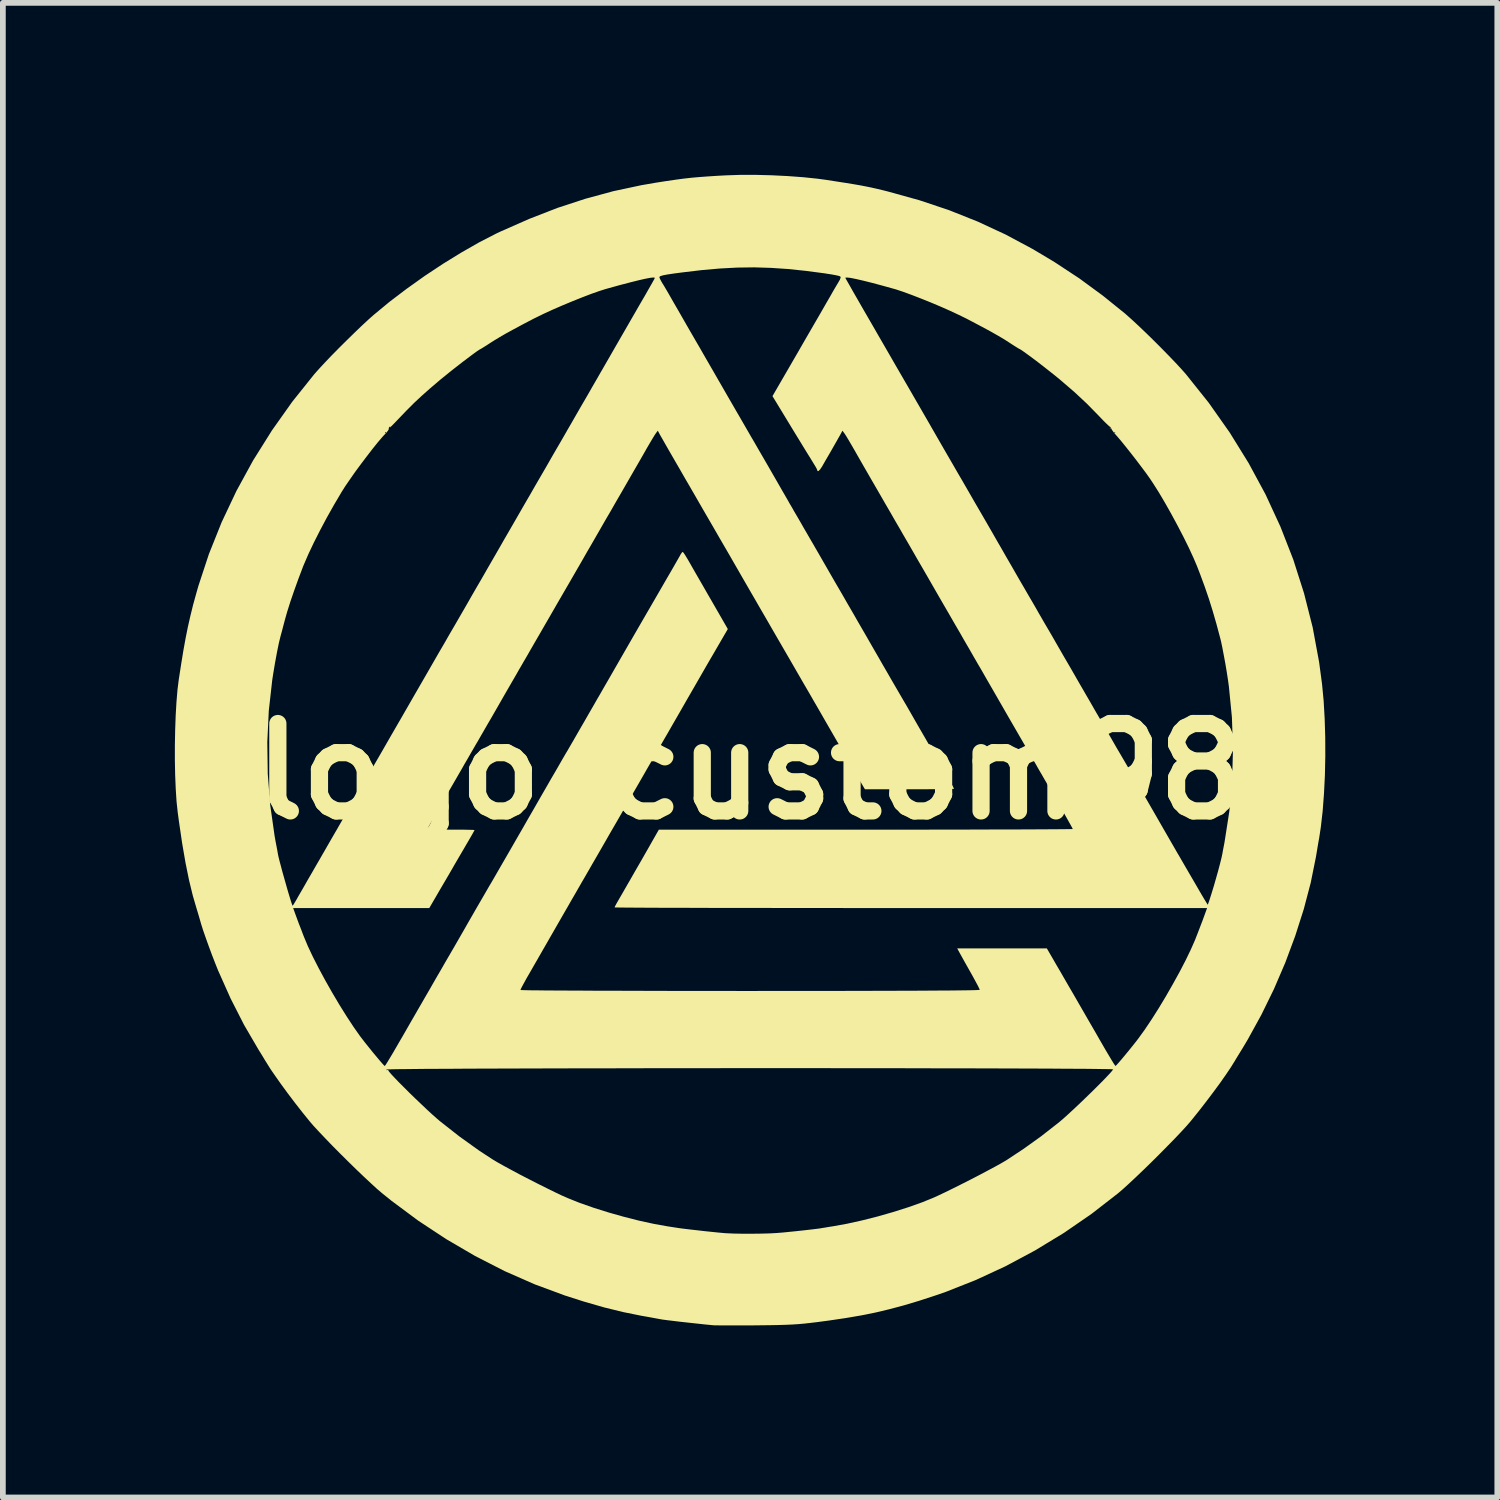
<source format=kicad_pcb>
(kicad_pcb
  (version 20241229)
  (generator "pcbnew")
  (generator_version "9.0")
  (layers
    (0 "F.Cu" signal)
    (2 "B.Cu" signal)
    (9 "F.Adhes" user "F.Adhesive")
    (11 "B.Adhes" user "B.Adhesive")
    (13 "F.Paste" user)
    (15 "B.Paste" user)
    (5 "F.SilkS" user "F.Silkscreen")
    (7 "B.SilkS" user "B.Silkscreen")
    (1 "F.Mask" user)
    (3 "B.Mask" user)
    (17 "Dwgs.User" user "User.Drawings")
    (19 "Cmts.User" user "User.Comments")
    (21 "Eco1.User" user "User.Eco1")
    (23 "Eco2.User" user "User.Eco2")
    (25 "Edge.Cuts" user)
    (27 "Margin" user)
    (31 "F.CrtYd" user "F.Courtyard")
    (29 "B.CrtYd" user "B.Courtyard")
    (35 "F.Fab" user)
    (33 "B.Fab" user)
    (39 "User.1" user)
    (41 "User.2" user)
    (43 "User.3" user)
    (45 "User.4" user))
  (footprint "logo_custom98"
    (layer "F.Cu")
    (at 10.033 10.404)
    (property "Reference" "logo_custom98" (at 0 0 0) (layer "F.SilkS") (effects (font (size 1.524 1.524) (thickness 0.3))))
    (attr board_only exclude_from_pos_files exclude_from_bom)
    (fp_poly (pts (xy 6.291 -5.989) (xy 6.282 -5.979) (xy 6.272 -5.989) (xy 6.282 -5.998)) (stroke (width 0) (type solid)) (fill yes) (layer "F.SilkS"))
    (fp_poly (pts (xy 0.376 -10.397) (xy 0.657 -10.383) (xy 0.927 -10.363) (xy 1.177 -10.337) (xy 1.319 -10.318) (xy 1.511 -10.288) (xy 1.672 -10.263) (xy 1.807 -10.241) (xy 1.922 -10.221) (xy 2.026 -10.201) (xy 2.123 -10.181) (xy 2.22 -10.159) (xy 2.324 -10.134) (xy 2.403 -10.114) (xy 2.951 -9.962) (xy 3.471 -9.788) (xy 3.97 -9.589) (xy 4.455 -9.364) (xy 4.933 -9.108) (xy 5.314 -8.88) (xy 5.741 -8.599) (xy 6.154 -8.296) (xy 6.543 -7.982) (xy 6.565 -7.962) (xy 6.662 -7.876) (xy 6.777 -7.769) (xy 6.905 -7.647) (xy 7.039 -7.516) (xy 7.174 -7.381) (xy 7.303 -7.249) (xy 7.421 -7.126) (xy 7.522 -7.017) (xy 7.6 -6.929) (xy 7.999 -6.429) (xy 8.364 -5.911) (xy 8.694 -5.378) (xy 8.99 -4.83) (xy 9.25 -4.267) (xy 9.474 -3.693) (xy 9.661 -3.107) (xy 9.812 -2.511) (xy 9.924 -1.906) (xy 9.975 -1.524) (xy 10.003 -1.232) (xy 10.021 -0.919) (xy 10.031 -0.593) (xy 10.032 -0.261) (xy 10.025 0.069) (xy 10.009 0.389) (xy 9.986 0.692) (xy 9.954 0.971) (xy 9.925 1.163) (xy 9.912 1.233) (xy 9.896 1.327) (xy 9.879 1.43) (xy 9.868 1.495) (xy 9.778 1.941) (xy 9.657 2.401) (xy 9.508 2.868) (xy 9.334 3.336) (xy 9.136 3.797) (xy 8.917 4.245) (xy 8.681 4.674) (xy 8.599 4.812) (xy 8.548 4.895) (xy 8.503 4.968) (xy 8.469 5.024) (xy 8.451 5.055) (xy 8.45 5.056) (xy 8.385 5.161) (xy 8.298 5.29) (xy 8.195 5.437) (xy 8.078 5.596) (xy 7.954 5.76) (xy 7.826 5.925) (xy 7.698 6.084) (xy 7.68 6.106) (xy 7.609 6.188) (xy 7.513 6.292) (xy 7.399 6.412) (xy 7.271 6.543) (xy 7.135 6.681) (xy 6.994 6.821) (xy 6.854 6.957) (xy 6.721 7.084) (xy 6.599 7.198) (xy 6.493 7.294) (xy 6.418 7.358) (xy 5.957 7.716) (xy 5.474 8.049) (xy 4.972 8.354) (xy 4.457 8.63) (xy 3.934 8.872) (xy 3.408 9.08) (xy 3.234 9.14) (xy 2.949 9.233) (xy 2.686 9.312) (xy 2.435 9.379) (xy 2.188 9.438) (xy 1.935 9.489) (xy 1.666 9.535) (xy 1.374 9.578) (xy 1.172 9.605) (xy 1.055 9.619) (xy 0.948 9.631) (xy 0.847 9.64) (xy 0.743 9.647) (xy 0.63 9.652) (xy 0.501 9.656) (xy 0.35 9.659) (xy 0.168 9.661) (xy 0.098 9.662) (xy -0.064 9.663) (xy -0.217 9.663) (xy -0.355 9.663) (xy -0.474 9.663) (xy -0.567 9.662) (xy -0.63 9.661) (xy -0.655 9.659) (xy -0.798 9.645) (xy -0.946 9.629) (xy -1.092 9.613) (xy -1.229 9.598) (xy -1.351 9.583) (xy -1.453 9.571) (xy -1.527 9.561) (xy -1.563 9.555) (xy -1.617 9.545) (xy -1.698 9.53) (xy -1.796 9.512) (xy -1.895 9.495) (xy -2.211 9.431) (xy -2.546 9.349) (xy -2.903 9.246) (xy -3.234 9.14) (xy -3.758 8.946) (xy -4.281 8.716) (xy -4.797 8.452) (xy -5.302 8.157) (xy -5.79 7.835) (xy -6.258 7.487) (xy -6.418 7.358) (xy -6.506 7.283) (xy -6.614 7.184) (xy -6.738 7.068) (xy -6.873 6.939) (xy -7.012 6.803) (xy -7.153 6.663) (xy -7.289 6.526) (xy -7.415 6.395) (xy -7.527 6.277) (xy -7.62 6.176) (xy -7.68 6.106) (xy -7.808 5.948) (xy -7.937 5.783) (xy -8.062 5.618) (xy -8.18 5.457) (xy -8.285 5.308) (xy -8.35 5.214) (xy -6.344 5.214) (xy -6.333 5.209) (xy -6.313 5.208) (xy -6.311 5.215) (xy -6.297 5.237) (xy -6.259 5.282) (xy -6.2 5.345) (xy -6.125 5.423) (xy -6.036 5.512) (xy -5.94 5.608) (xy -5.838 5.707) (xy -5.736 5.804) (xy -5.638 5.897) (xy -5.547 5.981) (xy -5.467 6.052) (xy -5.412 6.099) (xy -5.075 6.364) (xy -4.729 6.612) (xy -4.494 6.766) (xy -4.412 6.815) (xy -4.302 6.877) (xy -4.169 6.949) (xy -4.022 7.028) (xy -3.865 7.109) (xy -3.707 7.19) (xy -3.552 7.267) (xy -3.41 7.337) (xy -3.284 7.397) (xy -3.185 7.441) (xy -2.972 7.526) (xy -2.73 7.611) (xy -2.469 7.693) (xy -2.2 7.769) (xy -1.932 7.837) (xy -1.675 7.893) (xy -1.446 7.934) (xy -1.369 7.946) (xy -1.304 7.956) (xy -1.263 7.962) (xy -1.26 7.963) (xy -1.21 7.97) (xy -1.13 7.98) (xy -1.028 7.992) (xy -0.912 8.005) (xy -0.791 8.019) (xy -0.674 8.031) (xy -0.568 8.042) (xy -0.482 8.05) (xy -0.425 8.055) (xy -0.42 8.055) (xy -0.287 8.061) (xy -0.131 8.064) (xy 0.034 8.064) (xy 0.196 8.062) (xy 0.345 8.058) (xy 0.468 8.051) (xy 0.479 8.05) (xy 0.569 8.043) (xy 0.678 8.032) (xy 0.797 8.02) (xy 0.918 8.007) (xy 1.033 7.994) (xy 1.134 7.982) (xy 1.213 7.972) (xy 1.26 7.964) (xy 1.298 7.958) (xy 1.362 7.947) (xy 1.438 7.935) (xy 1.446 7.934) (xy 1.689 7.89) (xy 1.951 7.832) (xy 2.224 7.763) (xy 2.496 7.685) (xy 2.758 7.602) (xy 3 7.516) (xy 3.185 7.441) (xy 3.279 7.399) (xy 3.399 7.342) (xy 3.536 7.275) (xy 3.686 7.2) (xy 3.84 7.122) (xy 3.993 7.043) (xy 4.138 6.966) (xy 4.269 6.896) (xy 4.379 6.835) (xy 4.461 6.787) (xy 4.474 6.779) (xy 4.772 6.582) (xy 5.073 6.366) (xy 5.359 6.143) (xy 5.402 6.108) (xy 5.47 6.05) (xy 5.553 5.975) (xy 5.646 5.889) (xy 5.747 5.794) (xy 5.851 5.694) (xy 5.954 5.594) (xy 6.051 5.498) (xy 6.141 5.408) (xy 6.217 5.329) (xy 6.277 5.265) (xy 6.316 5.22) (xy 6.33 5.198) (xy 6.33 5.197) (xy 6.311 5.195) (xy 6.255 5.193) (xy 6.163 5.192) (xy 6.037 5.19) (xy 5.879 5.188) (xy 5.691 5.187) (xy 5.474 5.186) (xy 5.231 5.184) (xy 4.963 5.183) (xy 4.672 5.182) (xy 4.359 5.181) (xy 4.027 5.18) (xy 3.677 5.179) (xy 3.311 5.179) (xy 2.931 5.178) (xy 2.538 5.177) (xy 2.135 5.177) (xy 1.722 5.177) (xy 1.302 5.176) (xy 0.877 5.176) (xy 0.449 5.176) (xy 0.018 5.176) (xy -0.413 5.176) (xy -0.842 5.177) (xy -1.267 5.177) (xy -1.687 5.177) (xy -2.101 5.178) (xy -2.505 5.179) (xy -2.899 5.179) (xy -3.281 5.18) (xy -3.649 5.181) (xy -4.001 5.182) (xy -4.335 5.183) (xy -4.65 5.184) (xy -4.944 5.185) (xy -5.214 5.187) (xy -5.46 5.188) (xy -5.68 5.189) (xy -5.871 5.191) (xy -6.032 5.193) (xy -6.162 5.194) (xy -6.258 5.196) (xy -6.318 5.198) (xy -6.342 5.2) (xy -6.342 5.2) (xy -6.344 5.214) (xy -8.35 5.214) (xy -8.375 5.176) (xy -8.443 5.067) (xy -8.45 5.056) (xy -8.469 5.025) (xy -8.502 4.97) (xy -8.545 4.9) (xy -8.574 4.854) (xy -8.827 4.42) (xy -9.061 3.961) (xy -9.273 3.486) (xy -9.279 3.473) (xy -9.333 3.338) (xy -9.389 3.193) (xy -9.444 3.044) (xy -9.495 2.902) (xy -9.54 2.773) (xy -9.574 2.665) (xy -9.593 2.599) (xy -9.613 2.53) (xy -9.638 2.446) (xy -9.654 2.393) (xy -9.657 2.384) (xy -7.97 2.384) (xy -7.933 2.486) (xy -7.903 2.568) (xy -7.871 2.655) (xy -7.858 2.687) (xy -7.828 2.764) (xy -7.795 2.852) (xy -7.779 2.892) (xy -7.713 3.05) (xy -7.627 3.232) (xy -7.525 3.432) (xy -7.412 3.642) (xy -7.29 3.857) (xy -7.165 4.068) (xy -7.039 4.27) (xy -6.917 4.456) (xy -6.803 4.618) (xy -6.769 4.662) (xy -6.712 4.736) (xy -6.647 4.817) (xy -6.58 4.9) (xy -6.515 4.978) (xy -6.457 5.047) (xy -6.411 5.1) (xy -6.381 5.132) (xy -6.372 5.138) (xy -6.359 5.122) (xy -6.33 5.077) (xy -6.287 5.006) (xy -6.233 4.916) (xy -6.172 4.811) (xy -6.127 4.733) (xy -6.053 4.606) (xy -5.979 4.477) (xy -5.909 4.355) (xy -5.847 4.248) (xy -5.799 4.164) (xy -5.785 4.14) (xy -5.731 4.047) (xy -5.666 3.934) (xy -5.598 3.817) (xy -5.539 3.714) (xy -5.473 3.599) (xy -5.396 3.467) (xy -5.321 3.336) (xy -5.264 3.238) (xy -5.215 3.154) (xy -5.151 3.044) (xy -5.077 2.915) (xy -4.997 2.776) (xy -4.916 2.634) (xy -4.856 2.53) (xy -4.782 2.401) (xy -4.71 2.277) (xy -4.645 2.165) (xy -4.59 2.07) (xy -4.548 1.997) (xy -4.522 1.954) (xy -4.501 1.918) (xy -4.462 1.851) (xy -4.408 1.757) (xy -4.34 1.639) (xy -4.26 1.501) (xy -4.17 1.345) (xy -4.073 1.176) (xy -3.969 0.996) (xy -3.869 0.821) (xy -3.761 0.634) (xy -3.658 0.454) (xy -3.561 0.286) (xy -3.472 0.131) (xy -3.392 -0.006) (xy -3.325 -0.122) (xy -3.272 -0.215) (xy -3.234 -0.28) (xy -3.215 -0.313) (xy -3.184 -0.364) (xy -3.139 -0.442) (xy -3.083 -0.538) (xy -3.021 -0.646) (xy -2.96 -0.752) (xy -2.887 -0.878) (xy -2.809 -1.014) (xy -2.731 -1.149) (xy -2.662 -1.27) (xy -2.622 -1.338) (xy -2.554 -1.457) (xy -2.477 -1.59) (xy -2.401 -1.722) (xy -2.335 -1.837) (xy -2.194 -2.082) (xy -2.041 -2.348) (xy -1.881 -2.625) (xy -1.722 -2.899) (xy -1.571 -3.16) (xy -1.489 -3.302) (xy -1.42 -3.421) (xy -1.356 -3.531) (xy -1.301 -3.627) (xy -1.257 -3.704) (xy -1.227 -3.756) (xy -1.217 -3.776) (xy -1.193 -3.813) (xy -1.176 -3.829) (xy -1.176 -3.829) (xy -1.161 -3.813) (xy -1.132 -3.77) (xy -1.093 -3.706) (xy -1.054 -3.639) (xy -1.015 -3.57) (xy -0.96 -3.474) (xy -0.893 -3.358) (xy -0.818 -3.228) (xy -0.74 -3.092) (xy -0.667 -2.966) (xy -0.389 -2.483) (xy -0.563 -2.184) (xy -0.627 -2.073) (xy -0.705 -1.94) (xy -0.79 -1.793) (xy -0.875 -1.645) (xy -0.955 -1.506) (xy -0.967 -1.485) (xy -1.105 -1.246) (xy -1.228 -1.031) (xy -1.336 -0.844) (xy -1.426 -0.687) (xy -1.446 -0.652) (xy -1.466 -0.618) (xy -1.502 -0.556) (xy -1.551 -0.471) (xy -1.609 -0.37) (xy -1.674 -0.257) (xy -1.711 -0.193) (xy -1.787 -0.062) (xy -1.866 0.076) (xy -1.943 0.21) (xy -2.013 0.331) (xy -2.07 0.43) (xy -2.081 0.449) (xy -2.134 0.541) (xy -2.2 0.658) (xy -2.276 0.79) (xy -2.355 0.927) (xy -2.433 1.061) (xy -2.452 1.094) (xy -2.528 1.227) (xy -2.608 1.366) (xy -2.687 1.503) (xy -2.759 1.627) (xy -2.817 1.729) (xy -2.829 1.749) (xy -2.883 1.843) (xy -2.934 1.93) (xy -2.975 2.002) (xy -3.003 2.05) (xy -3.009 2.061) (xy -3.055 2.141) (xy -3.116 2.246) (xy -3.188 2.372) (xy -3.269 2.512) (xy -3.355 2.662) (xy -3.444 2.817) (xy -3.533 2.972) (xy -3.62 3.123) (xy -3.7 3.263) (xy -3.772 3.388) (xy -3.832 3.493) (xy -3.878 3.572) (xy -3.901 3.612) (xy -3.943 3.689) (xy -3.978 3.753) (xy -4 3.797) (xy -4.005 3.813) (xy -3.986 3.814) (xy -3.929 3.816) (xy -3.837 3.818) (xy -3.711 3.819) (xy -3.552 3.821) (xy -3.362 3.822) (xy -3.144 3.823) (xy -2.898 3.824) (xy -2.626 3.826) (xy -2.33 3.826) (xy -2.012 3.827) (xy -1.673 3.828) (xy -1.315 3.829) (xy -0.94 3.829) (xy -0.549 3.829) (xy -0.144 3.83) (xy 0 3.83) (xy 0.54 3.829) (xy 1.041 3.829) (xy 1.503 3.829) (xy 1.925 3.828) (xy 2.309 3.827) (xy 2.653 3.826) (xy 2.959 3.825) (xy 3.225 3.823) (xy 3.453 3.822) (xy 3.641 3.82) (xy 3.79 3.818) (xy 3.9 3.816) (xy 3.971 3.813) (xy 4.003 3.811) (xy 4.005 3.81) (xy 3.996 3.787) (xy 3.971 3.736) (xy 3.933 3.665) (xy 3.886 3.579) (xy 3.865 3.541) (xy 3.809 3.442) (xy 3.755 3.346) (xy 3.708 3.262) (xy 3.674 3.2) (xy 3.668 3.19) (xy 3.612 3.087) (xy 5.175 3.087) (xy 5.289 3.283) (xy 5.343 3.377) (xy 5.41 3.491) (xy 5.479 3.611) (xy 5.543 3.722) (xy 5.546 3.727) (xy 5.609 3.835) (xy 5.675 3.949) (xy 5.737 4.057) (xy 5.788 4.145) (xy 5.792 4.152) (xy 5.832 4.221) (xy 5.887 4.317) (xy 5.953 4.431) (xy 6.025 4.555) (xy 6.098 4.683) (xy 6.127 4.733) (xy 6.192 4.846) (xy 6.252 4.947) (xy 6.303 5.032) (xy 6.341 5.094) (xy 6.366 5.131) (xy 6.372 5.138) (xy 6.388 5.124) (xy 6.424 5.085) (xy 6.475 5.026) (xy 6.535 4.954) (xy 6.601 4.874) (xy 6.668 4.791) (xy 6.731 4.712) (xy 6.769 4.662) (xy 6.88 4.509) (xy 7 4.33) (xy 7.125 4.133) (xy 7.251 3.924) (xy 7.374 3.709) (xy 7.491 3.497) (xy 7.597 3.293) (xy 7.688 3.104) (xy 7.761 2.938) (xy 7.779 2.892) (xy 7.811 2.81) (xy 7.844 2.724) (xy 7.858 2.687) (xy 7.889 2.607) (xy 7.921 2.519) (xy 7.933 2.486) (xy 7.97 2.384) (xy 2.803 2.384) (xy 2.356 2.384) (xy 1.92 2.384) (xy 1.495 2.383) (xy 1.085 2.383) (xy 0.689 2.383) (xy 0.31 2.382) (xy -0.051 2.382) (xy -0.392 2.381) (xy -0.711 2.381) (xy -1.007 2.38) (xy -1.278 2.379) (xy -1.523 2.379) (xy -1.74 2.378) (xy -1.928 2.377) (xy -2.084 2.376) (xy -2.207 2.375) (xy -2.296 2.374) (xy -2.349 2.373) (xy -2.364 2.372) (xy -2.355 2.351) (xy -2.331 2.306) (xy -2.296 2.245) (xy -2.288 2.231) (xy -2.245 2.157) (xy -2.204 2.086) (xy -2.174 2.033) (xy -2.173 2.032) (xy -2.148 1.988) (xy -2.108 1.919) (xy -2.061 1.837) (xy -2.016 1.758) (xy -1.961 1.663) (xy -1.894 1.547) (xy -1.824 1.424) (xy -1.757 1.307) (xy -1.745 1.285) (xy -1.592 1.017) (xy 2.017 1.016) (xy 2.39 1.016) (xy 2.752 1.016) (xy 3.101 1.016) (xy 3.436 1.015) (xy 3.754 1.015) (xy 4.055 1.014) (xy 4.335 1.013) (xy 4.592 1.013) (xy 4.826 1.012) (xy 5.034 1.011) (xy 5.214 1.01) (xy 5.364 1.009) (xy 5.482 1.008) (xy 5.566 1.007) (xy 5.615 1.006) (xy 5.627 1.005) (xy 5.618 0.985) (xy 5.59 0.934) (xy 5.547 0.857) (xy 5.49 0.756) (xy 5.421 0.636) (xy 5.342 0.498) (xy 5.255 0.347) (xy 5.162 0.186) (xy 5.139 0.147) (xy 5.091 0.063) (xy 5.044 -0.017) (xy 5.007 -0.082) (xy 4.993 -0.107) (xy 4.966 -0.154) (xy 4.925 -0.225) (xy 4.875 -0.311) (xy 4.821 -0.404) (xy 4.812 -0.42) (xy 4.775 -0.483) (xy 4.736 -0.551) (xy 4.691 -0.628) (xy 4.641 -0.715) (xy 4.582 -0.817) (xy 4.513 -0.936) (xy 4.432 -1.077) (xy 4.337 -1.242) (xy 4.226 -1.435) (xy 4.107 -1.641) (xy 4.06 -1.724) (xy 4.016 -1.8) (xy 3.981 -1.859) (xy 3.966 -1.885) (xy 3.942 -1.927) (xy 3.904 -1.992) (xy 3.859 -2.071) (xy 3.825 -2.13) (xy 3.785 -2.199) (xy 3.729 -2.295) (xy 3.663 -2.411) (xy 3.589 -2.538) (xy 3.512 -2.671) (xy 3.458 -2.765) (xy 3.368 -2.92) (xy 3.291 -3.053) (xy 3.222 -3.173) (xy 3.156 -3.288) (xy 3.088 -3.406) (xy 3.014 -3.534) (xy 2.929 -3.68) (xy 2.843 -3.83) (xy 2.76 -3.974) (xy 2.683 -4.106) (xy 2.609 -4.235) (xy 2.532 -4.367) (xy 2.45 -4.51) (xy 2.357 -4.67) (xy 2.25 -4.856) (xy 2.228 -4.894) (xy 2.148 -5.032) (xy 2.066 -5.174) (xy 1.986 -5.313) (xy 1.913 -5.44) (xy 1.852 -5.547) (xy 1.823 -5.598) (xy 1.769 -5.691) (xy 1.72 -5.775) (xy 1.679 -5.843) (xy 1.651 -5.887) (xy 1.644 -5.897) (xy 1.61 -5.942) (xy 1.57 -5.867) (xy 1.543 -5.82) (xy 1.503 -5.749) (xy 1.455 -5.665) (xy 1.417 -5.598) (xy 1.366 -5.51) (xy 1.317 -5.426) (xy 1.277 -5.356) (xy 1.256 -5.319) (xy 1.221 -5.267) (xy 1.192 -5.238) (xy 1.175 -5.238) (xy 1.172 -5.252) (xy 1.163 -5.275) (xy 1.137 -5.322) (xy 1.099 -5.384) (xy 1.087 -5.404) (xy 1.055 -5.456) (xy 1.006 -5.535) (xy 0.943 -5.637) (xy 0.871 -5.755) (xy 0.792 -5.884) (xy 0.711 -6.017) (xy 0.696 -6.042) (xy 0.39 -6.545) (xy 0.823 -7.292) (xy 0.919 -7.459) (xy 1.015 -7.625) (xy 1.107 -7.784) (xy 1.193 -7.932) (xy 1.269 -8.064) (xy 1.332 -8.174) (xy 1.38 -8.257) (xy 1.396 -8.284) (xy 1.448 -8.376) (xy 1.496 -8.458) (xy 1.535 -8.523) (xy 1.559 -8.565) (xy 1.564 -8.572) (xy 1.577 -8.608) (xy 1.661 -8.608) (xy 1.67 -8.59) (xy 1.698 -8.541) (xy 1.742 -8.464) (xy 1.8 -8.361) (xy 1.872 -8.236) (xy 1.955 -8.091) (xy 2.048 -7.93) (xy 2.15 -7.754) (xy 2.258 -7.566) (xy 2.308 -7.48) (xy 2.427 -7.274) (xy 2.545 -7.069) (xy 2.662 -6.867) (xy 2.774 -6.674) (xy 2.879 -6.492) (xy 2.974 -6.328) (xy 3.057 -6.184) (xy 3.126 -6.065) (xy 3.177 -5.975) (xy 3.181 -5.969) (xy 3.255 -5.84) (xy 3.343 -5.687) (xy 3.439 -5.521) (xy 3.537 -5.352) (xy 3.631 -5.189) (xy 3.689 -5.09) (xy 3.812 -4.877) (xy 3.918 -4.693) (xy 4.011 -4.533) (xy 4.094 -4.39) (xy 4.169 -4.26) (xy 4.24 -4.137) (xy 4.309 -4.016) (xy 4.381 -3.892) (xy 4.457 -3.759) (xy 4.484 -3.712) (xy 4.56 -3.581) (xy 4.638 -3.445) (xy 4.714 -3.313) (xy 4.783 -3.195) (xy 4.839 -3.098) (xy 4.851 -3.077) (xy 4.905 -2.985) (xy 4.955 -2.899) (xy 4.996 -2.828) (xy 5.023 -2.78) (xy 5.026 -2.774) (xy 5.053 -2.728) (xy 5.093 -2.659) (xy 5.139 -2.579) (xy 5.168 -2.53) (xy 5.216 -2.448) (xy 5.261 -2.371) (xy 5.296 -2.31) (xy 5.31 -2.286) (xy 5.332 -2.247) (xy 5.37 -2.181) (xy 5.419 -2.096) (xy 5.476 -1.997) (xy 5.53 -1.905) (xy 5.602 -1.781) (xy 5.68 -1.645) (xy 5.757 -1.511) (xy 5.827 -1.391) (xy 5.857 -1.338) (xy 5.912 -1.244) (xy 5.962 -1.157) (xy 6.003 -1.085) (xy 6.031 -1.037) (xy 6.037 -1.026) (xy 6.065 -0.979) (xy 6.103 -0.913) (xy 6.144 -0.841) (xy 6.145 -0.84) (xy 6.187 -0.767) (xy 6.226 -0.699) (xy 6.255 -0.65) (xy 6.255 -0.65) (xy 6.292 -0.586) (xy 6.328 -0.523) (xy 6.354 -0.478) (xy 6.393 -0.41) (xy 6.439 -0.332) (xy 6.462 -0.293) (xy 6.501 -0.226) (xy 6.555 -0.134) (xy 6.62 -0.022) (xy 6.69 0.1) (xy 6.763 0.226) (xy 6.79 0.274) (xy 6.908 0.478) (xy 7.012 0.659) (xy 7.102 0.815) (xy 7.176 0.944) (xy 7.233 1.043) (xy 7.271 1.109) (xy 7.308 1.173) (xy 7.344 1.236) (xy 7.37 1.281) (xy 7.409 1.348) (xy 7.454 1.427) (xy 7.477 1.465) (xy 7.518 1.536) (xy 7.573 1.631) (xy 7.638 1.743) (xy 7.708 1.863) (xy 7.775 1.978) (xy 7.835 2.082) (xy 7.889 2.174) (xy 7.933 2.248) (xy 7.965 2.3) (xy 7.98 2.324) (xy 7.982 2.325) (xy 7.989 2.308) (xy 8.006 2.261) (xy 8.028 2.192) (xy 8.046 2.135) (xy 8.087 2.002) (xy 8.126 1.866) (xy 8.163 1.735) (xy 8.194 1.617) (xy 8.219 1.519) (xy 8.234 1.449) (xy 8.237 1.436) (xy 8.243 1.399) (xy 8.255 1.336) (xy 8.27 1.258) (xy 8.275 1.231) (xy 8.358 0.699) (xy 8.407 0.154) (xy 8.422 -0.396) (xy 8.403 -0.945) (xy 8.35 -1.484) (xy 8.335 -1.592) (xy 8.313 -1.735) (xy 8.288 -1.884) (xy 8.261 -2.029) (xy 8.236 -2.16) (xy 8.213 -2.27) (xy 8.199 -2.325) (xy 8.132 -2.576) (xy 8.067 -2.801) (xy 8.001 -3.012) (xy 7.929 -3.222) (xy 7.847 -3.444) (xy 7.796 -3.576) (xy 7.733 -3.724) (xy 7.653 -3.898) (xy 7.559 -4.088) (xy 7.455 -4.288) (xy 7.347 -4.488) (xy 7.237 -4.683) (xy 7.13 -4.864) (xy 7.03 -5.022) (xy 6.974 -5.106) (xy 6.906 -5.202) (xy 6.823 -5.313) (xy 6.732 -5.433) (xy 6.638 -5.554) (xy 6.548 -5.667) (xy 6.468 -5.766) (xy 6.403 -5.842) (xy 6.391 -5.855) (xy 6.344 -5.91) (xy 6.344 -5.91) (xy 6.35 -5.91) (xy 6.36 -5.901) (xy 6.37 -5.91) (xy 6.36 -5.92) (xy 6.35 -5.91) (xy 6.344 -5.91) (xy 6.311 -5.956) (xy 6.297 -5.983) (xy 6.297 -5.985) (xy 6.288 -6.006) (xy 6.282 -6.007) (xy 6.262 -6.021) (xy 6.221 -6.059) (xy 6.165 -6.114) (xy 6.099 -6.183) (xy 6.079 -6.204) (xy 5.874 -6.413) (xy 5.651 -6.621) (xy 5.403 -6.834) (xy 5.305 -6.914) (xy 5.215 -6.985) (xy 5.12 -7.06) (xy 5.023 -7.135) (xy 4.93 -7.205) (xy 4.846 -7.267) (xy 4.777 -7.317) (xy 4.727 -7.351) (xy 4.702 -7.366) (xy 4.701 -7.366) (xy 4.682 -7.376) (xy 4.638 -7.403) (xy 4.575 -7.443) (xy 4.52 -7.479) (xy 4.428 -7.538) (xy 4.323 -7.6) (xy 4.198 -7.671) (xy 4.05 -7.751) (xy 3.874 -7.844) (xy 3.771 -7.898) (xy 3.64 -7.962) (xy 3.488 -8.033) (xy 3.321 -8.107) (xy 3.148 -8.18) (xy 2.976 -8.249) (xy 2.813 -8.312) (xy 2.668 -8.365) (xy 2.548 -8.405) (xy 2.52 -8.413) (xy 2.312 -8.471) (xy 2.129 -8.52) (xy 1.973 -8.559) (xy 1.847 -8.588) (xy 1.752 -8.607) (xy 1.689 -8.614) (xy 1.662 -8.611) (xy 1.661 -8.608) (xy 1.577 -8.608) (xy 1.58 -8.614) (xy 1.572 -8.633) (xy 1.547 -8.642) (xy 1.49 -8.655) (xy 1.412 -8.669) (xy 1.319 -8.683) (xy 1.319 -8.684) (xy 0.978 -8.729) (xy 0.662 -8.762) (xy 0.362 -8.782) (xy 0.069 -8.791) (xy -0.224 -8.787) (xy -0.526 -8.771) (xy -0.845 -8.743) (xy -1.189 -8.702) (xy -1.333 -8.683) (xy -1.446 -8.666) (xy -1.523 -8.651) (xy -1.567 -8.637) (xy -1.583 -8.623) (xy -1.583 -8.622) (xy -1.573 -8.591) (xy -1.547 -8.543) (xy -1.536 -8.523) (xy -1.507 -8.477) (xy -1.465 -8.406) (xy -1.416 -8.322) (xy -1.372 -8.245) (xy -1.326 -8.164) (xy -1.265 -8.059) (xy -1.195 -7.937) (xy -1.121 -7.808) (xy -1.048 -7.681) (xy -1.035 -7.659) (xy -0.96 -7.529) (xy -0.88 -7.392) (xy -0.803 -7.257) (xy -0.733 -7.136) (xy -0.676 -7.037) (xy -0.671 -7.029) (xy -0.559 -6.834) (xy -0.446 -6.638) (xy -0.336 -6.447) (xy -0.231 -6.266) (xy -0.135 -6.1) (xy -0.051 -5.955) (xy 0.018 -5.835) (xy 0.049 -5.783) (xy 0.082 -5.726) (xy 0.132 -5.639) (xy 0.198 -5.525) (xy 0.277 -5.389) (xy 0.367 -5.233) (xy 0.466 -5.061) (xy 0.571 -4.878) (xy 0.601 -4.826) (xy 0.649 -4.743) (xy 0.692 -4.667) (xy 0.727 -4.608) (xy 0.742 -4.582) (xy 0.763 -4.544) (xy 0.8 -4.481) (xy 0.848 -4.399) (xy 0.902 -4.305) (xy 0.928 -4.259) (xy 0.987 -4.158) (xy 1.044 -4.059) (xy 1.095 -3.972) (xy 1.133 -3.906) (xy 1.143 -3.888) (xy 1.176 -3.832) (xy 1.222 -3.752) (xy 1.277 -3.656) (xy 1.336 -3.554) (xy 1.357 -3.517) (xy 1.421 -3.406) (xy 1.489 -3.288) (xy 1.554 -3.177) (xy 1.608 -3.084) (xy 1.617 -3.068) (xy 1.65 -3.011) (xy 1.683 -2.953) (xy 1.72 -2.889) (xy 1.762 -2.817) (xy 1.812 -2.731) (xy 1.87 -2.629) (xy 1.94 -2.508) (xy 2.024 -2.363) (xy 2.122 -2.192) (xy 2.237 -1.993) (xy 2.312 -1.862) (xy 2.391 -1.726) (xy 2.467 -1.594) (xy 2.536 -1.475) (xy 2.592 -1.379) (xy 2.604 -1.358) (xy 2.67 -1.245) (xy 2.746 -1.115) (xy 2.821 -0.984) (xy 2.881 -0.879) (xy 2.946 -0.766) (xy 3.022 -0.635) (xy 3.099 -0.502) (xy 3.169 -0.381) (xy 3.175 -0.371) (xy 3.282 -0.186) (xy 3.372 -0.03) (xy 3.445 0.098) (xy 3.5 0.196) (xy 3.537 0.263) (xy 3.554 0.298) (xy 3.556 0.303) (xy 3.537 0.305) (xy 3.483 0.307) (xy 3.399 0.309) (xy 3.288 0.31) (xy 3.154 0.311) (xy 3.002 0.312) (xy 2.836 0.312) (xy 2.779 0.312) (xy 2.003 0.312) (xy 1.971 0.259) (xy 1.865 0.076) (xy 1.76 -0.105) (xy 1.659 -0.278) (xy 1.565 -0.44) (xy 1.482 -0.584) (xy 1.411 -0.707) (xy 1.355 -0.804) (xy 1.334 -0.84) (xy 1.303 -0.894) (xy 1.255 -0.978) (xy 1.191 -1.089) (xy 1.114 -1.222) (xy 1.026 -1.375) (xy 0.928 -1.543) (xy 0.824 -1.723) (xy 0.715 -1.912) (xy 0.606 -2.1) (xy 0.493 -2.295) (xy 0.383 -2.485) (xy 0.277 -2.669) (xy 0.177 -2.841) (xy 0.086 -2.999) (xy 0.006 -3.137) (xy -0.061 -3.253) (xy -0.113 -3.343) (xy -0.146 -3.4) (xy -0.212 -3.515) (xy -0.288 -3.647) (xy -0.365 -3.781) (xy -0.433 -3.898) (xy -0.54 -4.082) (xy -0.651 -4.275) (xy -0.764 -4.469) (xy -0.873 -4.658) (xy -0.975 -4.835) (xy -1.067 -4.994) (xy -1.145 -5.128) (xy -1.168 -5.168) (xy -1.231 -5.278) (xy -1.299 -5.395) (xy -1.363 -5.506) (xy -1.416 -5.598) (xy -1.422 -5.608) (xy -1.47 -5.692) (xy -1.516 -5.773) (xy -1.553 -5.838) (xy -1.57 -5.867) (xy -1.61 -5.942) (xy -1.644 -5.897) (xy -1.666 -5.864) (xy -1.702 -5.805) (xy -1.749 -5.726) (xy -1.802 -5.636) (xy -1.823 -5.598) (xy -1.875 -5.507) (xy -1.941 -5.392) (xy -2.018 -5.259) (xy -2.099 -5.118) (xy -2.181 -4.976) (xy -2.228 -4.894) (xy -2.337 -4.706) (xy -2.428 -4.547) (xy -2.506 -4.414) (xy -2.571 -4.301) (xy -2.626 -4.205) (xy -2.674 -4.122) (xy -2.717 -4.047) (xy -2.758 -3.976) (xy -2.799 -3.905) (xy -2.843 -3.83) (xy -2.909 -3.714) (xy -2.985 -3.582) (xy -3.062 -3.449) (xy -3.13 -3.331) (xy -3.256 -3.114) (xy -3.376 -2.907) (xy -3.487 -2.714) (xy -3.589 -2.538) (xy -3.677 -2.385) (xy -3.752 -2.256) (xy -3.809 -2.157) (xy -3.825 -2.13) (xy -3.872 -2.047) (xy -3.916 -1.971) (xy -3.951 -1.912) (xy -3.966 -1.885) (xy -3.99 -1.844) (xy -4.028 -1.779) (xy -4.073 -1.7) (xy -4.107 -1.641) (xy -4.235 -1.42) (xy -4.344 -1.23) (xy -4.438 -1.066) (xy -4.518 -0.927) (xy -4.587 -0.809) (xy -4.645 -0.708) (xy -4.695 -0.622) (xy -4.738 -0.546) (xy -4.778 -0.479) (xy -4.812 -0.42) (xy -4.866 -0.327) (xy -4.917 -0.238) (xy -4.96 -0.164) (xy -4.99 -0.113) (xy -4.993 -0.107) (xy -5.022 -0.056) (xy -5.064 0.017) (xy -5.112 0.1) (xy -5.139 0.147) (xy -5.233 0.309) (xy -5.322 0.463) (xy -5.403 0.604) (xy -5.475 0.729) (xy -5.535 0.835) (xy -5.581 0.918) (xy -5.613 0.975) (xy -5.627 1.003) (xy -5.627 1.005) (xy -5.608 1.008) (xy -5.557 1.011) (xy -5.477 1.013) (xy -5.375 1.015) (xy -5.258 1.016) (xy -5.217 1.016) (xy -5.095 1.016) (xy -4.987 1.017) (xy -4.9 1.019) (xy -4.839 1.02) (xy -4.808 1.023) (xy -4.806 1.023) (xy -4.816 1.042) (xy -4.841 1.088) (xy -4.879 1.154) (xy -4.926 1.235) (xy -4.937 1.253) (xy -5.002 1.365) (xy -5.077 1.493) (xy -5.15 1.618) (xy -5.197 1.7) (xy -5.262 1.812) (xy -5.337 1.94) (xy -5.411 2.066) (xy -5.462 2.154) (xy -5.596 2.384) (xy -7.97 2.384) (xy -9.657 2.384) (xy -9.721 2.164) (xy -9.786 1.897) (xy -9.848 1.591) (xy -9.907 1.248) (xy -9.963 0.866) (xy -9.984 0.709) (xy -10.004 0.522) (xy -10.018 0.304) (xy -10.028 0.063) (xy -10.033 -0.193) (xy -10.033 -0.456) (xy -10.032 -0.509) (xy -8.421 -0.509) (xy -8.413 0.042) (xy -8.37 0.588) (xy -8.294 1.123) (xy -8.275 1.231) (xy -8.259 1.312) (xy -8.246 1.381) (xy -8.238 1.428) (xy -8.237 1.436) (xy -8.227 1.484) (xy -8.209 1.558) (xy -8.184 1.651) (xy -8.156 1.757) (xy -8.124 1.87) (xy -8.092 1.983) (xy -8.061 2.092) (xy -8.032 2.188) (xy -8.008 2.266) (xy -7.99 2.32) (xy -7.979 2.344) (xy -7.979 2.345) (xy -7.968 2.329) (xy -7.942 2.287) (xy -7.906 2.226) (xy -7.888 2.193) (xy -7.838 2.107) (xy -7.779 2.005) (xy -7.72 1.901) (xy -7.694 1.856) (xy -7.642 1.767) (xy -7.579 1.657) (xy -7.511 1.54) (xy -7.447 1.428) (xy -7.44 1.417) (xy -7.376 1.305) (xy -7.307 1.185) (xy -7.241 1.071) (xy -7.185 0.975) (xy -7.181 0.967) (xy -7.14 0.896) (xy -7.09 0.81) (xy -7.031 0.707) (xy -6.96 0.586) (xy -6.878 0.444) (xy -6.784 0.279) (xy -6.675 0.091) (xy -6.552 -0.122) (xy -6.413 -0.362) (xy -6.258 -0.632) (xy -6.085 -0.931) (xy -5.894 -1.263) (xy -5.89 -1.27) (xy -5.803 -1.421) (xy -5.71 -1.582) (xy -5.613 -1.75) (xy -5.516 -1.919) (xy -5.422 -2.082) (xy -5.333 -2.234) (xy -5.255 -2.371) (xy -5.188 -2.486) (xy -5.137 -2.573) (xy -5.128 -2.589) (xy -5.068 -2.693) (xy -5 -2.81) (xy -4.936 -2.921) (xy -4.908 -2.97) (xy -4.861 -3.053) (xy -4.817 -3.129) (xy -4.783 -3.188) (xy -4.768 -3.214) (xy -4.74 -3.262) (xy -4.696 -3.337) (xy -4.642 -3.431) (xy -4.582 -3.536) (xy -4.519 -3.645) (xy -4.458 -3.751) (xy -4.435 -3.79) (xy -4.409 -3.836) (xy -4.365 -3.912) (xy -4.307 -4.014) (xy -4.235 -4.138) (xy -4.153 -4.28) (xy -4.063 -4.436) (xy -3.967 -4.603) (xy -3.867 -4.776) (xy -3.849 -4.806) (xy -3.746 -4.986) (xy -3.643 -5.163) (xy -3.544 -5.334) (xy -3.452 -5.495) (xy -3.368 -5.64) (xy -3.295 -5.765) (xy -3.237 -5.866) (xy -3.196 -5.937) (xy -3.195 -5.94) (xy -3.125 -6.06) (xy -3.047 -6.196) (xy -2.969 -6.332) (xy -2.9 -6.451) (xy -2.896 -6.457) (xy -2.841 -6.552) (xy -2.791 -6.639) (xy -2.75 -6.711) (xy -2.722 -6.759) (xy -2.716 -6.77) (xy -2.692 -6.811) (xy -2.654 -6.877) (xy -2.609 -6.956) (xy -2.575 -7.014) (xy -2.421 -7.282) (xy -2.276 -7.534) (xy -2.141 -7.768) (xy -2.02 -7.978) (xy -1.914 -8.162) (xy -1.839 -8.29) (xy -1.783 -8.389) (xy -1.733 -8.476) (xy -1.694 -8.545) (xy -1.669 -8.591) (xy -1.661 -8.608) (xy -1.679 -8.614) (xy -1.733 -8.61) (xy -1.82 -8.594) (xy -1.939 -8.567) (xy -2.087 -8.53) (xy -2.264 -8.484) (xy -2.466 -8.428) (xy -2.52 -8.413) (xy -2.633 -8.377) (xy -2.772 -8.328) (xy -2.931 -8.267) (xy -3.101 -8.199) (xy -3.274 -8.127) (xy -3.444 -8.053) (xy -3.601 -7.981) (xy -3.738 -7.914) (xy -3.771 -7.898) (xy -3.964 -7.797) (xy -4.126 -7.71) (xy -4.263 -7.635) (xy -4.378 -7.568) (xy -4.477 -7.508) (xy -4.521 -7.48) (xy -4.593 -7.433) (xy -4.652 -7.396) (xy -4.691 -7.372) (xy -4.703 -7.366) (xy -4.724 -7.354) (xy -4.772 -7.322) (xy -4.839 -7.273) (xy -4.923 -7.21) (xy -5.017 -7.139) (xy -5.117 -7.061) (xy -5.218 -6.982) (xy -5.314 -6.904) (xy -5.402 -6.833) (xy -5.422 -6.816) (xy -5.585 -6.677) (xy -5.727 -6.551) (xy -5.858 -6.429) (xy -5.988 -6.299) (xy -6.127 -6.154) (xy -6.133 -6.148) (xy -6.194 -6.084) (xy -6.242 -6.035) (xy -6.273 -6.005) (xy -6.282 -5.998) (xy -6.281 -5.999) (xy -6.277 -6.015) (xy -6.289 -6.01) (xy -6.304 -5.987) (xy -6.301 -5.979) (xy -6.307 -5.956) (xy -6.335 -5.919) (xy -6.346 -5.907) (xy -6.411 -5.836) (xy -6.493 -5.74) (xy -6.587 -5.623) (xy -6.687 -5.493) (xy -6.79 -5.357) (xy -6.891 -5.22) (xy -6.983 -5.088) (xy -7.064 -4.97) (xy -7.124 -4.875) (xy -7.255 -4.653) (xy -7.383 -4.426) (xy -7.502 -4.202) (xy -7.611 -3.987) (xy -7.705 -3.788) (xy -7.781 -3.612) (xy -7.796 -3.576) (xy -7.876 -3.365) (xy -7.951 -3.157) (xy -8.018 -2.962) (xy -8.074 -2.785) (xy -8.116 -2.636) (xy -8.118 -2.628) (xy -8.136 -2.56) (xy -8.159 -2.472) (xy -8.183 -2.383) (xy -8.186 -2.374) (xy -8.218 -2.244) (xy -8.251 -2.083) (xy -8.285 -1.899) (xy -8.318 -1.702) (xy -8.335 -1.592) (xy -8.395 -1.056) (xy -8.421 -0.509) (xy -10.032 -0.509) (xy -10.028 -0.719) (xy -10.019 -0.974) (xy -10.005 -1.212) (xy -9.987 -1.427) (xy -9.965 -1.602) (xy -9.923 -1.873) (xy -9.884 -2.112) (xy -9.845 -2.327) (xy -9.805 -2.525) (xy -9.762 -2.714) (xy -9.716 -2.901) (xy -9.663 -3.093) (xy -9.623 -3.234) (xy -9.439 -3.792) (xy -9.217 -4.346) (xy -8.96 -4.89) (xy -8.668 -5.424) (xy -8.363 -5.91) (xy -6.37 -5.91) (xy -6.36 -5.901) (xy -6.35 -5.91) (xy -6.36 -5.92) (xy -6.37 -5.91) (xy -8.363 -5.91) (xy -8.342 -5.944) (xy -7.985 -6.448) (xy -7.6 -6.929) (xy -7.522 -7.017) (xy -7.421 -7.126) (xy -7.303 -7.25) (xy -7.173 -7.382) (xy -7.038 -7.516) (xy -6.904 -7.647) (xy -6.776 -7.77) (xy -6.661 -7.877) (xy -6.565 -7.962) (xy -6.288 -8.191) (xy -5.989 -8.418) (xy -5.676 -8.641) (xy -5.356 -8.853) (xy -5.036 -9.05) (xy -4.724 -9.228) (xy -4.427 -9.381) (xy -4.355 -9.415) (xy -3.851 -9.637) (xy -3.36 -9.828) (xy -2.874 -9.987) (xy -2.388 -10.119) (xy -1.896 -10.224) (xy -1.641 -10.268) (xy -1.455 -10.297) (xy -1.297 -10.32) (xy -1.155 -10.339) (xy -1.021 -10.354) (xy -0.885 -10.366) (xy -0.736 -10.377) (xy -0.566 -10.388) (xy -0.413 -10.396) (xy -0.17 -10.404) (xy 0.097 -10.404)) (stroke (width 0) (type solid)) (fill yes) (layer "F.SilkS")))
  (gr_rect
    (start -3 -3)
    (end 23.065 23.068)
    (stroke (width 0.1) (type default))
    (fill no)
    (layer "Edge.Cuts")))
</source>
